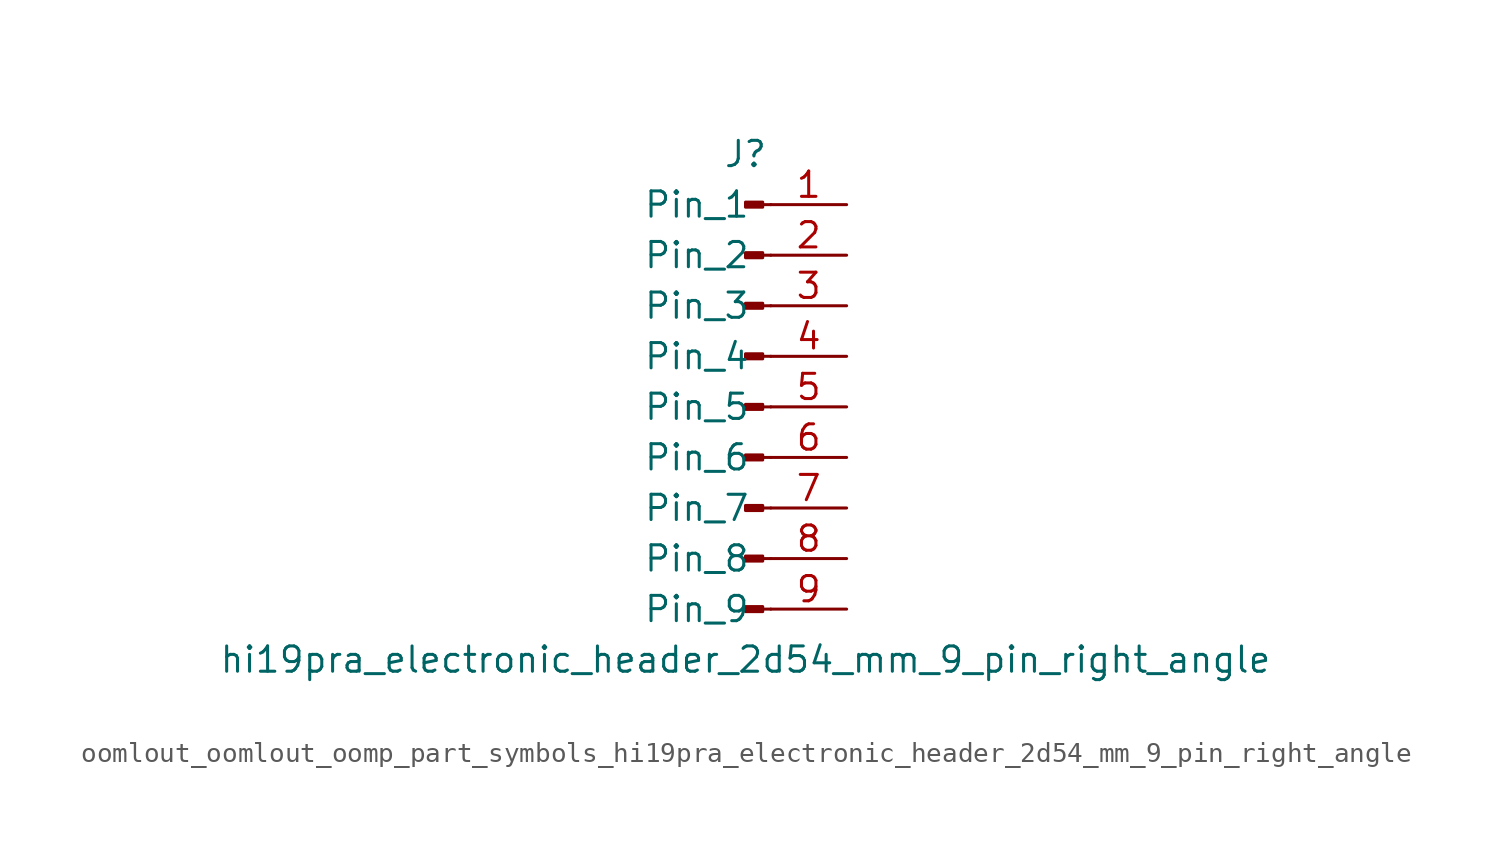
<source format=kicad_sym>
(kicad_symbol_lib
  (version 20220914)
  (generator kicad_symbol_editor)
  (symbol "oomlout_oomlout_oomp_part_symbols_hi19pra_electronic_header_2d54_mm_9_pin_right_angle"
    (pin_names
      (offset 1.016))
    (property "Reference" "J"
      (at 0 12.7 0)
      (effects (font (size 1.27 1.27))))
    (property "Value" "hi19pra_electronic_header_2d54_mm_9_pin_right_angle"
      (at 0 -12.7 0)
      (effects (font (size 1.27 1.27))))
    (property "ki_locked" ""
      (at 0 0 0)
      (effects (font (size 1.27 1.27))))
    (symbol "oomlout_oomlout_oomp_part_symbols_hi19pra_electronic_header_2d54_mm_9_pin_right_angle_1_1"
      (polyline (pts (xy 1.27 -10.16) (xy 0.864 -10.16)) (stroke (width 0.152) (type default)) (fill (type none)))
      (polyline (pts (xy 1.27 -7.62) (xy 0.864 -7.62)) (stroke (width 0.152) (type default)) (fill (type none)))
      (polyline (pts (xy 1.27 -5.08) (xy 0.864 -5.08)) (stroke (width 0.152) (type default)) (fill (type none)))
      (polyline (pts (xy 1.27 -2.54) (xy 0.864 -2.54)) (stroke (width 0.152) (type default)) (fill (type none)))
      (polyline (pts (xy 1.27 0) (xy 0.864 0)) (stroke (width 0.152) (type default)) (fill (type none)))
      (polyline (pts (xy 1.27 2.54) (xy 0.864 2.54)) (stroke (width 0.152) (type default)) (fill (type none)))
      (polyline (pts (xy 1.27 5.08) (xy 0.864 5.08)) (stroke (width 0.152) (type default)) (fill (type none)))
      (polyline (pts (xy 1.27 7.62) (xy 0.864 7.62)) (stroke (width 0.152) (type default)) (fill (type none)))
      (polyline (pts (xy 1.27 10.16) (xy 0.864 10.16)) (stroke (width 0.152) (type default)) (fill (type none)))
      (rectangle (start 0.864 -10.033) (end 0 -10.287) (stroke (width 0.152) (type default)) (fill (type outline)))
      (rectangle (start 0.864 -7.493) (end 0 -7.747) (stroke (width 0.152) (type default)) (fill (type outline)))
      (rectangle (start 0.864 -4.953) (end 0 -5.207) (stroke (width 0.152) (type default)) (fill (type outline)))
      (rectangle (start 0.864 -2.413) (end 0 -2.667) (stroke (width 0.152) (type default)) (fill (type outline)))
      (rectangle (start 0.864 0.127) (end 0 -0.127) (stroke (width 0.152) (type default)) (fill (type outline)))
      (rectangle (start 0.864 2.667) (end 0 2.413) (stroke (width 0.152) (type default)) (fill (type outline)))
      (rectangle (start 0.864 5.207) (end 0 4.953) (stroke (width 0.152) (type default)) (fill (type outline)))
      (rectangle (start 0.864 7.747) (end 0 7.493) (stroke (width 0.152) (type default)) (fill (type outline)))
      (rectangle (start 0.864 10.287) (end 0 10.033) (stroke (width 0.152) (type default)) (fill (type outline)))
      (pin passive line (at 5.08 10.16 180) (length 3.81) (name "Pin_1" (effects (font (size 1.27 1.27)))) (number "1" (effects (font (size 1.27 1.27)))))
      (pin passive line (at 5.08 7.62 180) (length 3.81) (name "Pin_2" (effects (font (size 1.27 1.27)))) (number "2" (effects (font (size 1.27 1.27)))))
      (pin passive line (at 5.08 5.08 180) (length 3.81) (name "Pin_3" (effects (font (size 1.27 1.27)))) (number "3" (effects (font (size 1.27 1.27)))))
      (pin passive line (at 5.08 2.54 180) (length 3.81) (name "Pin_4" (effects (font (size 1.27 1.27)))) (number "4" (effects (font (size 1.27 1.27)))))
      (pin passive line (at 5.08 0 180) (length 3.81) (name "Pin_5" (effects (font (size 1.27 1.27)))) (number "5" (effects (font (size 1.27 1.27)))))
      (pin passive line (at 5.08 -2.54 180) (length 3.81) (name "Pin_6" (effects (font (size 1.27 1.27)))) (number "6" (effects (font (size 1.27 1.27)))))
      (pin passive line (at 5.08 -5.08 180) (length 3.81) (name "Pin_7" (effects (font (size 1.27 1.27)))) (number "7" (effects (font (size 1.27 1.27)))))
      (pin passive line (at 5.08 -7.62 180) (length 3.81) (name "Pin_8" (effects (font (size 1.27 1.27)))) (number "8" (effects (font (size 1.27 1.27)))))
      (pin passive line (at 5.08 -10.16 180) (length 3.81) (name "Pin_9" (effects (font (size 1.27 1.27)))) (number "9" (effects (font (size 1.27 1.27))))))))
</source>
